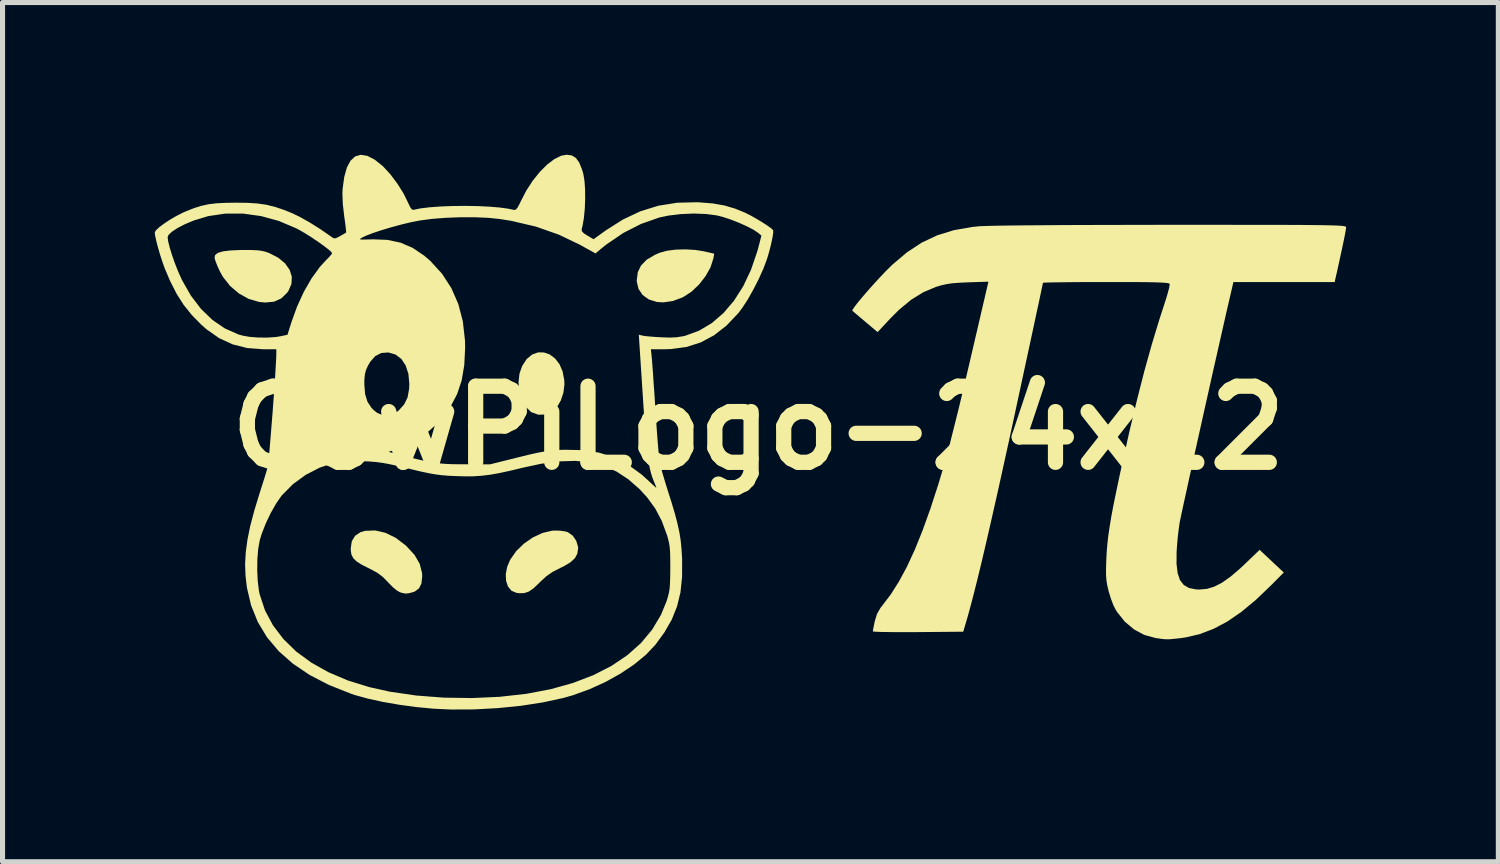
<source format=kicad_pcb>
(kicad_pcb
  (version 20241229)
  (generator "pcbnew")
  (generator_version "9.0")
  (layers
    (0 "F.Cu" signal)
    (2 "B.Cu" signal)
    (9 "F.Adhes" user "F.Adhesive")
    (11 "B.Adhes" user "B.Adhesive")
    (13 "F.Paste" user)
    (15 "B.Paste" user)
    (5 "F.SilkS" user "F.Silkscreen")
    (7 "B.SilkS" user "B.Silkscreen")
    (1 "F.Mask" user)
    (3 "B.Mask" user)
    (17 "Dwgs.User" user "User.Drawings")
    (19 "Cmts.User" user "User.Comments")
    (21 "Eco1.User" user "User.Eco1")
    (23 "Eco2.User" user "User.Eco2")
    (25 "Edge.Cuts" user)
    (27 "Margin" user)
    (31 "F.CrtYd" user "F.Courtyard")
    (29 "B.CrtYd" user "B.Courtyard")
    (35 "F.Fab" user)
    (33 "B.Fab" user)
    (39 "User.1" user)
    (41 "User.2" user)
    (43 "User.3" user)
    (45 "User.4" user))
  (footprint "CowPiLogo-24x12"
    (layer "F.Cu")
    (at 11.897 5.384)
    (property "Reference" "CowPiLogo-24x12" (at 0 0 0) (layer "F.SilkS") (effects (font (size 1.5 1.5) (thickness 0.3))))
    (attr board_only exclude_from_pos_files exclude_from_bom)
    (fp_poly (pts (xy -4.225 -1.487) (xy -4.111 -1.447) (xy -4.007 -1.369) (xy -3.92 -1.257) (xy -3.858 -1.113) (xy -3.825 -0.942) (xy -3.822 -0.856) (xy -3.842 -0.694) (xy -3.893 -0.541) (xy -3.968 -0.41) (xy -4.061 -0.318) (xy -4.071 -0.312) (xy -4.201 -0.262) (xy -4.34 -0.261) (xy -4.469 -0.308) (xy -4.484 -0.317) (xy -4.588 -0.419) (xy -4.665 -0.559) (xy -4.712 -0.723) (xy -4.727 -0.899) (xy -4.707 -1.073) (xy -4.655 -1.221) (xy -4.565 -1.358) (xy -4.459 -1.446) (xy -4.344 -1.488)) (stroke (width 0) (type solid)) (fill yes) (layer "F.SilkS"))
    (fp_poly (pts (xy -1.237 -3.507) (xy -1.086 -3.483) (xy -0.869 -3.434) (xy -0.888 -3.333) (xy -0.943 -3.164) (xy -1.04 -2.991) (xy -1.168 -2.827) (xy -1.317 -2.685) (xy -1.476 -2.581) (xy -1.489 -2.574) (xy -1.681 -2.502) (xy -1.872 -2.474) (xy -2.002 -2.482) (xy -2.159 -2.532) (xy -2.281 -2.62) (xy -2.362 -2.74) (xy -2.396 -2.886) (xy -2.396 -2.912) (xy -2.376 -3.069) (xy -2.312 -3.201) (xy -2.202 -3.314) (xy -2.041 -3.41) (xy -1.945 -3.452) (xy -1.804 -3.491) (xy -1.626 -3.514) (xy -1.431 -3.519)) (stroke (width 0) (type solid)) (fill yes) (layer "F.SilkS"))
    (fp_poly (pts (xy -9.991 -3.506) (xy -9.874 -3.501) (xy -9.785 -3.489) (xy -9.709 -3.471) (xy -9.639 -3.445) (xy -9.462 -3.354) (xy -9.328 -3.242) (xy -9.238 -3.115) (xy -9.195 -2.979) (xy -9.202 -2.838) (xy -9.262 -2.7) (xy -9.288 -2.663) (xy -9.403 -2.552) (xy -9.545 -2.488) (xy -9.717 -2.471) (xy -9.841 -2.483) (xy -10.045 -2.542) (xy -10.239 -2.65) (xy -10.412 -2.798) (xy -10.554 -2.978) (xy -10.612 -3.082) (xy -10.66 -3.187) (xy -10.697 -3.28) (xy -10.717 -3.345) (xy -10.718 -3.352) (xy -10.707 -3.407) (xy -10.654 -3.449) (xy -10.557 -3.479) (xy -10.412 -3.497) (xy -10.215 -3.506) (xy -10.149 -3.506)) (stroke (width 0) (type solid)) (fill yes) (layer "F.SilkS"))
    (fp_poly (pts (xy -3.905 2.026) (xy -3.804 2.041) (xy -3.756 2.055) (xy -3.66 2.122) (xy -3.589 2.225) (xy -3.554 2.343) (xy -3.552 2.371) (xy -3.567 2.479) (xy -3.617 2.57) (xy -3.708 2.653) (xy -3.845 2.733) (xy -3.902 2.76) (xy -4.051 2.836) (xy -4.172 2.919) (xy -4.289 3.025) (xy -4.318 3.054) (xy -4.43 3.161) (xy -4.524 3.226) (xy -4.616 3.257) (xy -4.718 3.258) (xy -4.768 3.251) (xy -4.865 3.21) (xy -4.934 3.128) (xy -4.972 3.016) (xy -4.978 2.882) (xy -4.95 2.737) (xy -4.891 2.598) (xy -4.773 2.429) (xy -4.619 2.28) (xy -4.441 2.157) (xy -4.252 2.07) (xy -4.064 2.026) (xy -4.014 2.023)) (stroke (width 0) (type solid)) (fill yes) (layer "F.SilkS"))
    (fp_poly (pts (xy -7.352 2.067) (xy -7.15 2.165) (xy -6.952 2.315) (xy -6.935 2.331) (xy -6.776 2.504) (xy -6.674 2.681) (xy -6.628 2.862) (xy -6.625 2.924) (xy -6.64 3.065) (xy -6.688 3.163) (xy -6.772 3.225) (xy -6.818 3.241) (xy -6.899 3.261) (xy -6.957 3.265) (xy -7.022 3.252) (xy -7.062 3.24) (xy -7.125 3.205) (xy -7.208 3.136) (xy -7.295 3.046) (xy -7.401 2.938) (xy -7.51 2.856) (xy -7.647 2.782) (xy -7.662 2.775) (xy -7.813 2.699) (xy -7.918 2.633) (xy -7.984 2.568) (xy -8.021 2.496) (xy -8.034 2.408) (xy -8.034 2.377) (xy -8.013 2.233) (xy -7.947 2.126) (xy -7.84 2.055) (xy -7.752 2.029) (xy -7.554 2.021)) (stroke (width 0) (type solid)) (fill yes) (layer "F.SilkS"))
    (fp_poly (pts (xy 9.112 -4.003) (xy 9.52 -4.002) (xy 9.881 -4.002) (xy 10.198 -4.002) (xy 10.472 -4.001) (xy 10.708 -4) (xy 10.909 -3.998) (xy 11.076 -3.996) (xy 11.213 -3.994) (xy 11.323 -3.991) (xy 11.41 -3.988) (xy 11.475 -3.984) (xy 11.522 -3.98) (xy 11.553 -3.975) (xy 11.573 -3.969) (xy 11.583 -3.962) (xy 11.586 -3.955) (xy 11.586 -3.951) (xy 11.58 -3.907) (xy 11.563 -3.813) (xy 11.536 -3.679) (xy 11.5 -3.509) (xy 11.457 -3.311) (xy 11.409 -3.092) (xy 11.374 -2.939) (xy 11.36 -2.875) (xy 10.362 -2.875) (xy 9.364 -2.875) (xy 9.307 -2.629) (xy 9.265 -2.448) (xy 9.215 -2.231) (xy 9.159 -1.983) (xy 9.097 -1.71) (xy 9.031 -1.417) (xy 8.961 -1.109) (xy 8.89 -0.791) (xy 8.818 -0.469) (xy 8.746 -0.147) (xy 8.676 0.169) (xy 8.608 0.474) (xy 8.544 0.762) (xy 8.485 1.029) (xy 8.433 1.269) (xy 8.387 1.477) (xy 8.35 1.648) (xy 8.323 1.777) (xy 8.306 1.857) (xy 8.303 1.875) (xy 8.283 2.016) (xy 8.264 2.186) (xy 8.25 2.36) (xy 8.244 2.453) (xy 8.243 2.682) (xy 8.265 2.864) (xy 8.311 3) (xy 8.385 3.096) (xy 8.489 3.156) (xy 8.626 3.183) (xy 8.697 3.186) (xy 8.845 3.172) (xy 8.991 3.127) (xy 9.144 3.048) (xy 9.309 2.931) (xy 9.495 2.772) (xy 9.578 2.694) (xy 9.881 2.404) (xy 10.119 2.627) (xy 10.357 2.85) (xy 10.105 3.104) (xy 9.805 3.391) (xy 9.52 3.627) (xy 9.245 3.816) (xy 8.974 3.96) (xy 8.703 4.064) (xy 8.426 4.129) (xy 8.314 4.145) (xy 8.192 4.158) (xy 8.106 4.166) (xy 8.038 4.166) (xy 7.967 4.161) (xy 7.874 4.148) (xy 7.828 4.141) (xy 7.611 4.082) (xy 7.407 3.973) (xy 7.223 3.819) (xy 7.07 3.627) (xy 7.038 3.575) (xy 6.994 3.485) (xy 6.949 3.364) (xy 6.909 3.234) (xy 6.903 3.211) (xy 6.877 3.102) (xy 6.861 3.005) (xy 6.854 2.904) (xy 6.853 2.781) (xy 6.858 2.62) (xy 6.859 2.594) (xy 6.867 2.44) (xy 6.88 2.286) (xy 6.898 2.125) (xy 6.924 1.95) (xy 6.956 1.754) (xy 6.998 1.531) (xy 7.051 1.272) (xy 7.114 0.971) (xy 7.176 0.687) (xy 7.323 0.033) (xy 7.468 -0.57) (xy 7.61 -1.125) (xy 7.753 -1.637) (xy 7.896 -2.11) (xy 7.992 -2.406) (xy 8.038 -2.548) (xy 8.074 -2.672) (xy 8.099 -2.768) (xy 8.108 -2.826) (xy 8.108 -2.836) (xy 8.096 -2.846) (xy 8.067 -2.854) (xy 8.015 -2.86) (xy 7.936 -2.865) (xy 7.826 -2.869) (xy 7.68 -2.872) (xy 7.492 -2.874) (xy 7.259 -2.875) (xy 6.976 -2.875) (xy 6.851 -2.875) (xy 6.593 -2.875) (xy 6.353 -2.874) (xy 6.136 -2.872) (xy 5.95 -2.87) (xy 5.798 -2.868) (xy 5.688 -2.865) (xy 5.624 -2.862) (xy 5.61 -2.859) (xy 5.604 -2.83) (xy 5.587 -2.749) (xy 5.56 -2.622) (xy 5.524 -2.451) (xy 5.478 -2.24) (xy 5.426 -1.994) (xy 5.366 -1.716) (xy 5.3 -1.411) (xy 5.229 -1.082) (xy 5.154 -0.733) (xy 5.075 -0.368) (xy 5.073 -0.357) (xy 4.937 0.269) (xy 4.811 0.843) (xy 4.695 1.365) (xy 4.588 1.837) (xy 4.491 2.261) (xy 4.402 2.64) (xy 4.321 2.975) (xy 4.247 3.268) (xy 4.181 3.521) (xy 4.122 3.736) (xy 4.105 3.792) (xy 4.039 4.017) (xy 3.147 4.025) (xy 2.93 4.026) (xy 2.731 4.026) (xy 2.559 4.024) (xy 2.419 4.022) (xy 2.318 4.018) (xy 2.264 4.013) (xy 2.256 4.011) (xy 2.262 3.974) (xy 2.277 3.899) (xy 2.295 3.811) (xy 2.339 3.667) (xy 2.408 3.547) (xy 2.444 3.501) (xy 2.612 3.28) (xy 2.774 3.024) (xy 2.932 2.73) (xy 3.087 2.394) (xy 3.24 2.014) (xy 3.394 1.586) (xy 3.549 1.108) (xy 3.678 0.677) (xy 3.716 0.54) (xy 3.764 0.357) (xy 3.82 0.135) (xy 3.883 -0.116) (xy 3.951 -0.389) (xy 4.02 -0.676) (xy 4.089 -0.968) (xy 4.143 -1.198) (xy 4.207 -1.472) (xy 4.268 -1.734) (xy 4.325 -1.978) (xy 4.376 -2.198) (xy 4.42 -2.388) (xy 4.456 -2.541) (xy 4.482 -2.653) (xy 4.496 -2.715) (xy 4.497 -2.717) (xy 4.535 -2.882) (xy 4.135 -2.869) (xy 3.957 -2.861) (xy 3.819 -2.85) (xy 3.706 -2.833) (xy 3.601 -2.809) (xy 3.504 -2.78) (xy 3.256 -2.676) (xy 3.015 -2.528) (xy 2.775 -2.33) (xy 2.6 -2.155) (xy 2.351 -1.888) (xy 2.113 -2.088) (xy 2.015 -2.171) (xy 1.932 -2.241) (xy 1.874 -2.291) (xy 1.852 -2.31) (xy 1.862 -2.337) (xy 1.905 -2.399) (xy 1.974 -2.487) (xy 2.064 -2.595) (xy 2.168 -2.715) (xy 2.281 -2.842) (xy 2.396 -2.967) (xy 2.507 -3.084) (xy 2.609 -3.185) (xy 2.644 -3.219) (xy 2.929 -3.46) (xy 3.219 -3.651) (xy 3.524 -3.795) (xy 3.853 -3.897) (xy 4.216 -3.96) (xy 4.36 -3.975) (xy 4.435 -3.978) (xy 4.564 -3.982) (xy 4.743 -3.986) (xy 4.968 -3.989) (xy 5.237 -3.992) (xy 5.546 -3.994) (xy 5.892 -3.997) (xy 6.272 -3.999) (xy 6.682 -4) (xy 7.12 -4.001) (xy 7.582 -4.002) (xy 8.064 -4.003) (xy 8.14 -4.003) (xy 8.653 -4.003)) (stroke (width 0) (type solid)) (fill yes) (layer "F.SilkS"))
    (fp_poly (pts (xy -3.676 -5.37) (xy -3.596 -5.321) (xy -3.531 -5.231) (xy -3.476 -5.096) (xy -3.449 -5.004) (xy -3.427 -4.873) (xy -3.415 -4.703) (xy -3.413 -4.512) (xy -3.421 -4.316) (xy -3.439 -4.132) (xy -3.466 -3.978) (xy -3.482 -3.918) (xy -3.479 -3.878) (xy -3.439 -3.835) (xy -3.373 -3.793) (xy -3.248 -3.719) (xy -3.012 -3.889) (xy -2.671 -4.106) (xy -2.326 -4.269) (xy -1.971 -4.379) (xy -1.601 -4.438) (xy -1.209 -4.448) (xy -1.158 -4.445) (xy -0.896 -4.424) (xy -0.669 -4.384) (xy -0.459 -4.322) (xy -0.264 -4.243) (xy -0.162 -4.192) (xy -0.047 -4.128) (xy 0.068 -4.059) (xy 0.171 -3.993) (xy 0.249 -3.937) (xy 0.291 -3.899) (xy 0.292 -3.897) (xy 0.294 -3.856) (xy 0.283 -3.774) (xy 0.261 -3.665) (xy 0.231 -3.539) (xy 0.196 -3.411) (xy 0.168 -3.321) (xy 0.099 -3.137) (xy 0.008 -2.935) (xy -0.097 -2.729) (xy -0.207 -2.534) (xy -0.316 -2.366) (xy -0.394 -2.262) (xy -0.628 -2.016) (xy -0.873 -1.825) (xy -1.135 -1.685) (xy -1.416 -1.595) (xy -1.72 -1.554) (xy -1.846 -1.55) (xy -2.118 -1.55) (xy -2.102 -1.402) (xy -2.096 -1.338) (xy -2.088 -1.225) (xy -2.076 -1.073) (xy -2.064 -0.888) (xy -2.049 -0.681) (xy -2.035 -0.458) (xy -2.028 -0.355) (xy -2.013 -0.128) (xy -1.998 0.086) (xy -1.983 0.281) (xy -1.969 0.447) (xy -1.957 0.577) (xy -1.947 0.662) (xy -1.944 0.684) (xy -1.925 0.761) (xy -1.893 0.879) (xy -1.851 1.021) (xy -1.804 1.174) (xy -1.789 1.222) (xy -1.706 1.484) (xy -1.641 1.704) (xy -1.592 1.893) (xy -1.555 2.063) (xy -1.53 2.224) (xy -1.514 2.388) (xy -1.503 2.565) (xy -1.502 2.595) (xy -1.503 2.938) (xy -1.535 3.242) (xy -1.602 3.518) (xy -1.706 3.778) (xy -1.852 4.032) (xy -2.027 4.272) (xy -2.212 4.468) (xy -2.443 4.659) (xy -2.712 4.84) (xy -3.009 5.006) (xy -3.326 5.15) (xy -3.653 5.269) (xy -3.851 5.325) (xy -4.249 5.411) (xy -4.684 5.478) (xy -5.142 5.524) (xy -5.605 5.549) (xy -6.059 5.551) (xy -6.399 5.535) (xy -6.735 5.503) (xy -7.071 5.458) (xy -7.394 5.402) (xy -7.692 5.337) (xy -7.951 5.266) (xy -8.03 5.239) (xy -8.461 5.068) (xy -8.842 4.871) (xy -9.173 4.648) (xy -9.454 4.4) (xy -9.685 4.126) (xy -9.866 3.825) (xy -9.998 3.498) (xy -10.081 3.145) (xy -10.108 2.91) (xy -10.112 2.804) (xy -9.877 2.804) (xy -9.867 3.018) (xy -9.844 3.208) (xy -9.828 3.283) (xy -9.723 3.599) (xy -9.566 3.892) (xy -9.361 4.162) (xy -9.11 4.407) (xy -8.813 4.625) (xy -8.473 4.816) (xy -8.091 4.978) (xy -7.67 5.109) (xy -7.259 5.2) (xy -6.744 5.275) (xy -6.199 5.317) (xy -5.642 5.325) (xy -5.09 5.3) (xy -5.086 5.299) (xy -4.57 5.241) (xy -4.091 5.15) (xy -3.652 5.027) (xy -3.253 4.874) (xy -2.896 4.692) (xy -2.583 4.481) (xy -2.314 4.242) (xy -2.092 3.975) (xy -1.918 3.683) (xy -1.812 3.425) (xy -1.783 3.332) (xy -1.762 3.25) (xy -1.748 3.164) (xy -1.741 3.062) (xy -1.737 2.93) (xy -1.735 2.763) (xy -1.736 2.586) (xy -1.739 2.452) (xy -1.747 2.348) (xy -1.761 2.26) (xy -1.782 2.175) (xy -1.8 2.114) (xy -1.904 1.832) (xy -2.032 1.589) (xy -2.193 1.368) (xy -2.338 1.21) (xy -2.561 1.014) (xy -2.794 0.861) (xy -3.043 0.75) (xy -3.313 0.679) (xy -3.607 0.65) (xy -3.93 0.66) (xy -4.287 0.708) (xy -4.648 0.786) (xy -4.898 0.846) (xy -5.107 0.891) (xy -5.287 0.923) (xy -5.451 0.943) (xy -5.611 0.954) (xy -5.78 0.955) (xy -5.959 0.95) (xy -6.112 0.943) (xy -6.243 0.932) (xy -6.368 0.916) (xy -6.501 0.892) (xy -6.657 0.859) (xy -6.849 0.813) (xy -6.893 0.802) (xy -7.097 0.753) (xy -7.26 0.717) (xy -7.398 0.691) (xy -7.523 0.674) (xy -7.651 0.663) (xy -7.795 0.656) (xy -7.981 0.652) (xy -8.128 0.656) (xy -8.25 0.668) (xy -8.358 0.689) (xy -8.647 0.784) (xy -8.924 0.927) (xy -9.174 1.11) (xy -9.388 1.326) (xy -9.404 1.346) (xy -9.508 1.496) (xy -9.613 1.682) (xy -9.709 1.884) (xy -9.787 2.083) (xy -9.827 2.213) (xy -9.857 2.381) (xy -9.874 2.585) (xy -9.877 2.804) (xy -10.112 2.804) (xy -10.116 2.685) (xy -10.103 2.453) (xy -10.07 2.205) (xy -10.015 1.934) (xy -9.935 1.631) (xy -9.83 1.287) (xy -9.824 1.269) (xy -9.777 1.12) (xy -9.733 0.982) (xy -9.698 0.866) (xy -9.674 0.787) (xy -9.671 0.775) (xy -9.663 0.727) (xy -9.653 0.631) (xy -9.64 0.494) (xy -9.625 0.324) (xy -9.609 0.129) (xy -9.592 -0.083) (xy -9.574 -0.305) (xy -9.558 -0.529) (xy -9.542 -0.746) (xy -9.534 -0.86) (xy -7.766 -0.86) (xy -7.751 -0.669) (xy -7.705 -0.517) (xy -7.624 -0.394) (xy -7.579 -0.349) (xy -7.512 -0.296) (xy -7.444 -0.268) (xy -7.353 -0.257) (xy -7.309 -0.256) (xy -7.22 -0.264) (xy -7.146 -0.298) (xy -7.087 -0.345) (xy -6.981 -0.463) (xy -6.914 -0.6) (xy -6.883 -0.768) (xy -6.879 -0.867) (xy -6.897 -1.064) (xy -6.951 -1.23) (xy -7.036 -1.359) (xy -7.151 -1.446) (xy -7.29 -1.486) (xy -7.293 -1.487) (xy -7.432 -1.476) (xy -7.549 -1.416) (xy -7.649 -1.304) (xy -7.694 -1.227) (xy -7.733 -1.14) (xy -7.755 -1.056) (xy -7.765 -0.953) (xy -7.766 -0.86) (xy -9.534 -0.86) (xy -9.528 -0.95) (xy -9.517 -1.132) (xy -9.508 -1.285) (xy -9.502 -1.401) (xy -9.501 -1.459) (xy -9.5 -1.55) (xy -9.762 -1.55) (xy -10.074 -1.574) (xy -10.36 -1.646) (xy -10.626 -1.768) (xy -10.877 -1.944) (xy -10.979 -2.034) (xy -11.166 -2.224) (xy -11.326 -2.423) (xy -11.465 -2.642) (xy -11.594 -2.895) (xy -11.698 -3.14) (xy -11.743 -3.264) (xy -11.789 -3.405) (xy -11.831 -3.549) (xy -11.866 -3.682) (xy -11.883 -3.761) (xy -11.643 -3.761) (xy -11.632 -3.675) (xy -11.601 -3.551) (xy -11.555 -3.402) (xy -11.498 -3.24) (xy -11.434 -3.079) (xy -11.368 -2.932) (xy -11.362 -2.918) (xy -11.186 -2.609) (xy -10.985 -2.345) (xy -10.76 -2.128) (xy -10.514 -1.96) (xy -10.25 -1.843) (xy -10.17 -1.82) (xy -10.032 -1.795) (xy -9.861 -1.781) (xy -9.681 -1.78) (xy -9.514 -1.791) (xy -9.42 -1.806) (xy -9.28 -1.836) (xy -9.204 -2.081) (xy -9.092 -2.391) (xy -8.958 -2.683) (xy -8.806 -2.947) (xy -8.643 -3.172) (xy -8.516 -3.311) (xy -8.453 -3.375) (xy -8.412 -3.424) (xy -8.401 -3.443) (xy -8.423 -3.474) (xy -8.485 -3.527) (xy -8.576 -3.596) (xy -8.686 -3.675) (xy -8.755 -3.72) (xy -7.853 -3.72) (xy -7.835 -3.713) (xy -7.779 -3.712) (xy -7.677 -3.714) (xy -7.598 -3.717) (xy -7.31 -3.706) (xy -7.051 -3.651) (xy -6.814 -3.549) (xy -6.587 -3.396) (xy -6.466 -3.292) (xy -6.234 -3.038) (xy -6.05 -2.754) (xy -5.913 -2.441) (xy -5.824 -2.097) (xy -5.782 -1.724) (xy -5.779 -1.579) (xy -5.796 -1.239) (xy -5.847 -0.937) (xy -5.937 -0.666) (xy -6.068 -0.417) (xy -6.243 -0.182) (xy -6.353 -0.062) (xy -6.586 0.142) (xy -6.847 0.301) (xy -7.076 0.398) (xy -7.287 0.473) (xy -7.175 0.503) (xy -6.933 0.566) (xy -6.736 0.615) (xy -6.572 0.652) (xy -6.43 0.679) (xy -6.301 0.698) (xy -6.173 0.709) (xy -6.036 0.715) (xy -5.88 0.717) (xy -5.793 0.717) (xy -5.286 0.718) (xy -4.736 0.581) (xy -4.533 0.531) (xy -4.37 0.494) (xy -4.235 0.468) (xy -4.114 0.451) (xy -3.993 0.439) (xy -3.859 0.432) (xy -3.82 0.431) (xy -3.463 0.438) (xy -3.138 0.488) (xy -2.841 0.584) (xy -2.564 0.726) (xy -2.302 0.918) (xy -2.203 1.007) (xy -2.12 1.084) (xy -2.054 1.144) (xy -2.016 1.178) (xy -2.01 1.183) (xy -2.016 1.16) (xy -2.039 1.102) (xy -2.056 1.062) (xy -2.087 0.983) (xy -2.114 0.899) (xy -2.138 0.803) (xy -2.16 0.69) (xy -2.18 0.555) (xy -2.198 0.391) (xy -2.217 0.193) (xy -2.236 -0.044) (xy -2.257 -0.327) (xy -2.278 -0.643) (xy -2.356 -1.837) (xy -2.284 -1.819) (xy -2.227 -1.81) (xy -2.128 -1.8) (xy -2.005 -1.791) (xy -1.917 -1.786) (xy -1.748 -1.78) (xy -1.614 -1.786) (xy -1.497 -1.804) (xy -1.438 -1.817) (xy -1.169 -1.916) (xy -0.918 -2.065) (xy -0.688 -2.263) (xy -0.481 -2.505) (xy -0.299 -2.79) (xy -0.145 -3.115) (xy -0.022 -3.475) (xy 0.003 -3.565) (xy 0.061 -3.79) (xy -0.005 -3.845) (xy -0.096 -3.906) (xy -0.227 -3.974) (xy -0.381 -4.043) (xy -0.544 -4.107) (xy -0.699 -4.158) (xy -0.816 -4.188) (xy -1.029 -4.216) (xy -1.274 -4.225) (xy -1.528 -4.214) (xy -1.77 -4.185) (xy -1.951 -4.147) (xy -2.31 -4.021) (xy -2.66 -3.843) (xy -2.992 -3.617) (xy -3.078 -3.549) (xy -3.21 -3.439) (xy -3.512 -3.607) (xy -3.932 -3.809) (xy -4.383 -3.967) (xy -4.868 -4.081) (xy -5.103 -4.118) (xy -5.329 -4.141) (xy -5.594 -4.152) (xy -5.877 -4.152) (xy -6.162 -4.141) (xy -6.431 -4.12) (xy -6.665 -4.089) (xy -6.667 -4.089) (xy -6.841 -4.055) (xy -7.034 -4.009) (xy -7.233 -3.955) (xy -7.424 -3.898) (xy -7.595 -3.841) (xy -7.733 -3.788) (xy -7.801 -3.756) (xy -7.839 -3.734) (xy -7.853 -3.72) (xy -8.755 -3.72) (xy -8.807 -3.756) (xy -8.929 -3.833) (xy -9.043 -3.899) (xy -9.109 -3.934) (xy -9.451 -4.079) (xy -9.802 -4.175) (xy -10.156 -4.224) (xy -10.505 -4.224) (xy -10.843 -4.174) (xy -11.13 -4.087) (xy -11.304 -4.014) (xy -11.449 -3.939) (xy -11.557 -3.868) (xy -11.624 -3.805) (xy -11.643 -3.761) (xy -11.883 -3.761) (xy -11.889 -3.79) (xy -11.897 -3.854) (xy -11.873 -3.895) (xy -11.809 -3.955) (xy -11.715 -4.025) (xy -11.601 -4.101) (xy -11.476 -4.174) (xy -11.352 -4.238) (xy -11.29 -4.265) (xy -11.128 -4.33) (xy -10.982 -4.376) (xy -10.838 -4.408) (xy -10.681 -4.427) (xy -10.496 -4.436) (xy -10.304 -4.439) (xy -10.067 -4.436) (xy -9.869 -4.423) (xy -9.696 -4.398) (xy -9.529 -4.357) (xy -9.353 -4.298) (xy -9.194 -4.234) (xy -9.032 -4.156) (xy -8.842 -4.049) (xy -8.638 -3.921) (xy -8.435 -3.781) (xy -8.411 -3.763) (xy -8.37 -3.738) (xy -8.329 -3.738) (xy -8.27 -3.766) (xy -8.242 -3.782) (xy -8.175 -3.82) (xy -8.131 -3.846) (xy -8.125 -3.85) (xy -8.125 -3.878) (xy -8.133 -3.951) (xy -8.146 -4.057) (xy -8.163 -4.176) (xy -8.19 -4.412) (xy -8.198 -4.618) (xy -8.194 -4.708) (xy -8.162 -4.946) (xy -8.11 -5.133) (xy -8.037 -5.268) (xy -7.945 -5.352) (xy -7.834 -5.383) (xy -7.706 -5.362) (xy -7.561 -5.287) (xy -7.401 -5.159) (xy -7.395 -5.153) (xy -7.254 -5) (xy -7.114 -4.814) (xy -6.991 -4.617) (xy -6.905 -4.441) (xy -6.86 -4.347) (xy -6.823 -4.302) (xy -6.796 -4.298) (xy -6.661 -4.326) (xy -6.481 -4.348) (xy -6.268 -4.364) (xy -6.033 -4.373) (xy -5.787 -4.376) (xy -5.542 -4.372) (xy -5.309 -4.361) (xy -5.1 -4.344) (xy -4.925 -4.32) (xy -4.815 -4.296) (xy -4.782 -4.301) (xy -4.747 -4.34) (xy -4.703 -4.422) (xy -4.684 -4.463) (xy -4.574 -4.676) (xy -4.447 -4.872) (xy -4.308 -5.045) (xy -4.164 -5.189) (xy -4.021 -5.298) (xy -3.885 -5.365) (xy -3.777 -5.384)) (stroke (width 0) (type solid)) (fill yes) (layer "F.SilkS")))
  (gr_rect
    (start -3 -3)
    (end 26.483 13.935)
    (stroke (width 0.1) (type default))
    (fill no)
    (layer "Edge.Cuts")))
</source>
